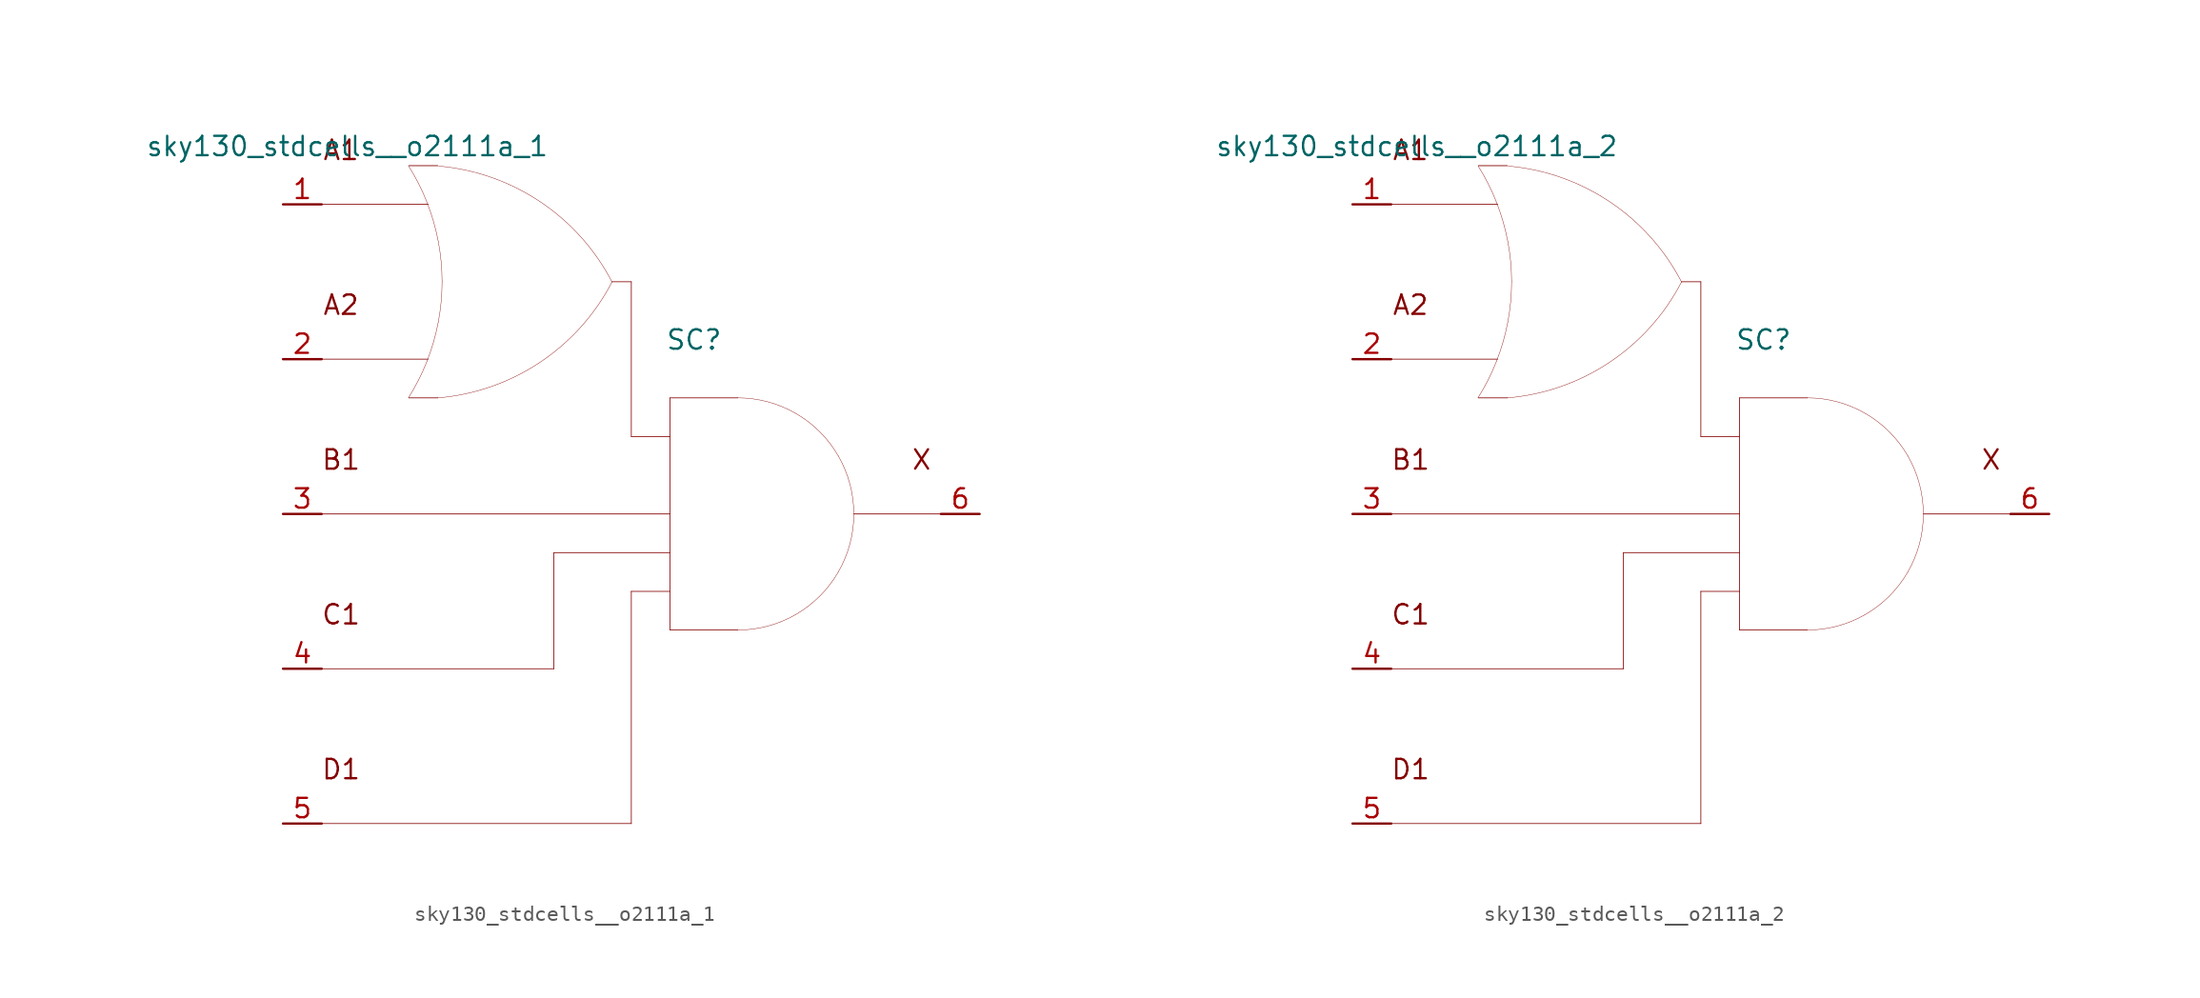
<source format=kicad_sym>
(kicad_symbol_lib
  (version 20211014)
  (generator kicad_symbol_editor)
  (symbol "sky130_stdcells__o2111a_1"
    (pin_names hide)
    (property "Reference" "SC"
      (at 4.115 11.43 0)
      (effects (font (size 1.27 1.27))))
    (property "Value" "sky130_stdcells__o2111a_1"
      (at -5.385 24.13 0)
      (effects (font (size 1.27 1.27)) (justify right)))
    (symbol "sky130_stdcells__o2111a_1_0_0"
      (arc (start -14.6255 7.6258) (mid -13.968 8.782) (end -13.4212 9.9944) (stroke (width 0.0254) (type default) (color 0 0 0 0)) (fill (type none)))
      (arc (start -13.4212 9.9944) (mid -12.9863 11.2645) (end -12.673 12.5699) (stroke (width 0.0254) (type default) (color 0 0 0 0)) (fill (type none)))
      (arc (start -13.403 20.4393) (mid -13.9512 21.6648) (end -14.6123 22.8332) (stroke (width 0.0254) (type default) (color 0 0 0 0)) (fill (type none)))
      (arc (start -12.705 7.6169) (mid -6.011 9.9414) (end -1.2741 15.2116) (stroke (width 0.0254) (type default) (color 0 0 0 0)) (fill (type none)))
      (arc (start -12.673 12.5699) (mid -12.4838 13.899) (end -12.4206 15.24) (stroke (width 0.0254) (type default) (color 0 0 0 0)) (fill (type none)))
      (arc (start -12.6684 17.8856) (mid -12.9761 19.1796) (end -13.403 20.4393) (stroke (width 0.0254) (type default) (color 0 0 0 0)) (fill (type none)))
      (arc (start -12.4206 15.24) (mid -12.4827 16.5686) (end -12.6684 17.8856) (stroke (width 0.0254) (type default) (color 0 0 0 0)) (fill (type none)))
      (arc (start -1.2513 15.199) (mid -5.9698 20.4856) (end -12.6556 22.8335) (stroke (width 0.0254) (type default) (color 0 0 0 0)) (fill (type none)))
      (polyline (pts (xy -20.32 -20.32) (xy 0 -20.32)) (stroke (width 0.051) (type default) (color 0 0 0 0)) (fill (type none)))
      (polyline (pts (xy -20.32 -10.16) (xy -5.08 -10.16)) (stroke (width 0.051) (type default) (color 0 0 0 0)) (fill (type none)))
      (polyline (pts (xy -20.32 0) (xy 2.54 0)) (stroke (width 0.051) (type default) (color 0 0 0 0)) (fill (type none)))
      (polyline (pts (xy -20.32 10.16) (xy -13.335 10.16)) (stroke (width 0.051) (type default) (color 0 0 0 0)) (fill (type none)))
      (polyline (pts (xy -20.32 20.32) (xy -13.335 20.32)) (stroke (width 0.051) (type default) (color 0 0 0 0)) (fill (type none)))
      (polyline (pts (xy -14.605 7.62) (xy -12.7 7.62)) (stroke (width 0.051) (type default) (color 0 0 0 0)) (fill (type none)))
      (polyline (pts (xy -14.605 22.86) (xy -12.7 22.86)) (stroke (width 0.051) (type default) (color 0 0 0 0)) (fill (type none)))
      (polyline (pts (xy -5.08 -2.54) (xy -5.08 -10.16)) (stroke (width 0.051) (type default) (color 0 0 0 0)) (fill (type none)))
      (polyline (pts (xy -5.08 -2.54) (xy 2.54 -2.54)) (stroke (width 0.051) (type default) (color 0 0 0 0)) (fill (type none)))
      (polyline (pts (xy -1.27 15.24) (xy 0 15.24)) (stroke (width 0.051) (type default) (color 0 0 0 0)) (fill (type none)))
      (polyline (pts (xy 0 -5.08) (xy 0 -20.32)) (stroke (width 0.051) (type default) (color 0 0 0 0)) (fill (type none)))
      (polyline (pts (xy 0 -5.08) (xy 2.54 -5.08)) (stroke (width 0.051) (type default) (color 0 0 0 0)) (fill (type none)))
      (polyline (pts (xy 0 5.08) (xy 2.54 5.08)) (stroke (width 0.051) (type default) (color 0 0 0 0)) (fill (type none)))
      (polyline (pts (xy 0 15.24) (xy 0 5.08)) (stroke (width 0.051) (type default) (color 0 0 0 0)) (fill (type none)))
      (polyline (pts (xy 2.54 -7.62) (xy 6.985 -7.62)) (stroke (width 0.051) (type default) (color 0 0 0 0)) (fill (type none)))
      (polyline (pts (xy 2.54 7.62) (xy 2.54 -7.62)) (stroke (width 0.051) (type default) (color 0 0 0 0)) (fill (type none)))
      (polyline (pts (xy 2.54 7.62) (xy 6.985 7.62)) (stroke (width 0.051) (type default) (color 0 0 0 0)) (fill (type none)))
      (polyline (pts (xy 14.605 0) (xy 20.32 0)) (stroke (width 0.051) (type default) (color 0 0 0 0)) (fill (type none)))
      (arc (start 6.985 -7.62) (mid 8.9572 -7.3604) (end 10.795 -6.5991) (stroke (width 0.0254) (type default) (color 0 0 0 0)) (fill (type none)))
      (arc (start 10.795 -6.5991) (mid 12.3731 -5.3881) (end 13.5841 -3.81) (stroke (width 0.0254) (type default) (color 0 0 0 0)) (fill (type none)))
      (arc (start 10.795 6.5991) (mid 8.9572 7.3603) (end 6.985 7.62) (stroke (width 0.0254) (type default) (color 0 0 0 0)) (fill (type none)))
      (arc (start 13.5841 -3.81) (mid 14.3453 -1.9722) (end 14.605 0) (stroke (width 0.0254) (type default) (color 0 0 0 0)) (fill (type none)))
      (arc (start 13.5841 3.81) (mid 12.3731 5.3881) (end 10.795 6.5991) (stroke (width 0.0254) (type default) (color 0 0 0 0)) (fill (type none)))
      (arc (start 14.605 0) (mid 14.3454 1.9722) (end 13.5841 3.81) (stroke (width 0.0254) (type default) (color 0 0 0 0)) (fill (type none)))
      (text "A1" (at -19.05 23.876 0) (effects (font (size 1.27 1.27))))
      (text "A2" (at -19.05 13.716 0) (effects (font (size 1.27 1.27))))
      (text "B1" (at -19.05 3.556 0) (effects (font (size 1.27 1.27))))
      (text "C1" (at -19.05 -6.604 0) (effects (font (size 1.27 1.27))))
      (text "D1" (at -19.05 -16.764 0) (effects (font (size 1.27 1.27))))
      (text "X" (at 19.05 3.556 0) (effects (font (size 1.27 1.27)))))
    (symbol "sky130_stdcells__o2111a_1_1_1"
      (pin input line (at -22.86 20.32 0) (length 2.54) (name "A1" (effects (font (size 1.092 1.092)))) (number "1" (effects (font (size 1.27 1.27)))))
      (pin input line (at -22.86 10.16 0) (length 2.54) (name "A2" (effects (font (size 1.092 1.092)))) (number "2" (effects (font (size 1.27 1.27)))))
      (pin input line (at -22.86 0 0) (length 2.54) (name "B1" (effects (font (size 1.092 1.092)))) (number "3" (effects (font (size 1.27 1.27)))))
      (pin input line (at -22.86 -10.16 0) (length 2.54) (name "C1" (effects (font (size 1.092 1.092)))) (number "4" (effects (font (size 1.27 1.27)))))
      (pin input line (at -22.86 -20.32 0) (length 2.54) (name "D1" (effects (font (size 1.092 1.092)))) (number "5" (effects (font (size 1.27 1.27)))))
      (pin output line (at 22.86 0 180) (length 2.54) (name "X" (effects (font (size 1.092 1.092)))) (number "6" (effects (font (size 1.27 1.27)))))))
  (symbol "sky130_stdcells__o2111a_2"
    (pin_names hide)
    (property "Reference" "SC"
      (at 4.115 11.43 0)
      (effects (font (size 1.27 1.27))))
    (property "Value" "sky130_stdcells__o2111a_2"
      (at -5.385 24.13 0)
      (effects (font (size 1.27 1.27)) (justify right)))
    (symbol "sky130_stdcells__o2111a_2_0_0"
      (arc (start -14.6255 7.6258) (mid -13.968 8.782) (end -13.4212 9.9944) (stroke (width 0.0254) (type default) (color 0 0 0 0)) (fill (type none)))
      (arc (start -13.4212 9.9944) (mid -12.9863 11.2645) (end -12.673 12.5699) (stroke (width 0.0254) (type default) (color 0 0 0 0)) (fill (type none)))
      (arc (start -13.403 20.4393) (mid -13.9512 21.6648) (end -14.6123 22.8332) (stroke (width 0.0254) (type default) (color 0 0 0 0)) (fill (type none)))
      (arc (start -12.705 7.6169) (mid -6.011 9.9414) (end -1.2741 15.2116) (stroke (width 0.0254) (type default) (color 0 0 0 0)) (fill (type none)))
      (arc (start -12.673 12.5699) (mid -12.4838 13.899) (end -12.4206 15.24) (stroke (width 0.0254) (type default) (color 0 0 0 0)) (fill (type none)))
      (arc (start -12.6684 17.8856) (mid -12.9761 19.1796) (end -13.403 20.4393) (stroke (width 0.0254) (type default) (color 0 0 0 0)) (fill (type none)))
      (arc (start -12.4206 15.24) (mid -12.4827 16.5686) (end -12.6684 17.8856) (stroke (width 0.0254) (type default) (color 0 0 0 0)) (fill (type none)))
      (arc (start -1.2513 15.199) (mid -5.9698 20.4856) (end -12.6556 22.8335) (stroke (width 0.0254) (type default) (color 0 0 0 0)) (fill (type none)))
      (polyline (pts (xy -20.32 -20.32) (xy 0 -20.32)) (stroke (width 0.051) (type default) (color 0 0 0 0)) (fill (type none)))
      (polyline (pts (xy -20.32 -10.16) (xy -5.08 -10.16)) (stroke (width 0.051) (type default) (color 0 0 0 0)) (fill (type none)))
      (polyline (pts (xy -20.32 0) (xy 2.54 0)) (stroke (width 0.051) (type default) (color 0 0 0 0)) (fill (type none)))
      (polyline (pts (xy -20.32 10.16) (xy -13.335 10.16)) (stroke (width 0.051) (type default) (color 0 0 0 0)) (fill (type none)))
      (polyline (pts (xy -20.32 20.32) (xy -13.335 20.32)) (stroke (width 0.051) (type default) (color 0 0 0 0)) (fill (type none)))
      (polyline (pts (xy -14.605 7.62) (xy -12.7 7.62)) (stroke (width 0.051) (type default) (color 0 0 0 0)) (fill (type none)))
      (polyline (pts (xy -14.605 22.86) (xy -12.7 22.86)) (stroke (width 0.051) (type default) (color 0 0 0 0)) (fill (type none)))
      (polyline (pts (xy -5.08 -2.54) (xy -5.08 -10.16)) (stroke (width 0.051) (type default) (color 0 0 0 0)) (fill (type none)))
      (polyline (pts (xy -5.08 -2.54) (xy 2.54 -2.54)) (stroke (width 0.051) (type default) (color 0 0 0 0)) (fill (type none)))
      (polyline (pts (xy -1.27 15.24) (xy 0 15.24)) (stroke (width 0.051) (type default) (color 0 0 0 0)) (fill (type none)))
      (polyline (pts (xy 0 -5.08) (xy 0 -20.32)) (stroke (width 0.051) (type default) (color 0 0 0 0)) (fill (type none)))
      (polyline (pts (xy 0 -5.08) (xy 2.54 -5.08)) (stroke (width 0.051) (type default) (color 0 0 0 0)) (fill (type none)))
      (polyline (pts (xy 0 5.08) (xy 2.54 5.08)) (stroke (width 0.051) (type default) (color 0 0 0 0)) (fill (type none)))
      (polyline (pts (xy 0 15.24) (xy 0 5.08)) (stroke (width 0.051) (type default) (color 0 0 0 0)) (fill (type none)))
      (polyline (pts (xy 2.54 -7.62) (xy 6.985 -7.62)) (stroke (width 0.051) (type default) (color 0 0 0 0)) (fill (type none)))
      (polyline (pts (xy 2.54 7.62) (xy 2.54 -7.62)) (stroke (width 0.051) (type default) (color 0 0 0 0)) (fill (type none)))
      (polyline (pts (xy 2.54 7.62) (xy 6.985 7.62)) (stroke (width 0.051) (type default) (color 0 0 0 0)) (fill (type none)))
      (polyline (pts (xy 14.605 0) (xy 20.32 0)) (stroke (width 0.051) (type default) (color 0 0 0 0)) (fill (type none)))
      (arc (start 6.985 -7.62) (mid 8.9572 -7.3604) (end 10.795 -6.5991) (stroke (width 0.0254) (type default) (color 0 0 0 0)) (fill (type none)))
      (arc (start 10.795 -6.5991) (mid 12.3731 -5.3881) (end 13.5841 -3.81) (stroke (width 0.0254) (type default) (color 0 0 0 0)) (fill (type none)))
      (arc (start 10.795 6.5991) (mid 8.9572 7.3603) (end 6.985 7.62) (stroke (width 0.0254) (type default) (color 0 0 0 0)) (fill (type none)))
      (arc (start 13.5841 -3.81) (mid 14.3453 -1.9722) (end 14.605 0) (stroke (width 0.0254) (type default) (color 0 0 0 0)) (fill (type none)))
      (arc (start 13.5841 3.81) (mid 12.3731 5.3881) (end 10.795 6.5991) (stroke (width 0.0254) (type default) (color 0 0 0 0)) (fill (type none)))
      (arc (start 14.605 0) (mid 14.3454 1.9722) (end 13.5841 3.81) (stroke (width 0.0254) (type default) (color 0 0 0 0)) (fill (type none)))
      (text "A1" (at -19.05 23.876 0) (effects (font (size 1.27 1.27))))
      (text "A2" (at -19.05 13.716 0) (effects (font (size 1.27 1.27))))
      (text "B1" (at -19.05 3.556 0) (effects (font (size 1.27 1.27))))
      (text "C1" (at -19.05 -6.604 0) (effects (font (size 1.27 1.27))))
      (text "D1" (at -19.05 -16.764 0) (effects (font (size 1.27 1.27))))
      (text "X" (at 19.05 3.556 0) (effects (font (size 1.27 1.27)))))
    (symbol "sky130_stdcells__o2111a_2_1_1"
      (pin input line (at -22.86 20.32 0) (length 2.54) (name "A1" (effects (font (size 1.092 1.092)))) (number "1" (effects (font (size 1.27 1.27)))))
      (pin input line (at -22.86 10.16 0) (length 2.54) (name "A2" (effects (font (size 1.092 1.092)))) (number "2" (effects (font (size 1.27 1.27)))))
      (pin input line (at -22.86 0 0) (length 2.54) (name "B1" (effects (font (size 1.092 1.092)))) (number "3" (effects (font (size 1.27 1.27)))))
      (pin input line (at -22.86 -10.16 0) (length 2.54) (name "C1" (effects (font (size 1.092 1.092)))) (number "4" (effects (font (size 1.27 1.27)))))
      (pin input line (at -22.86 -20.32 0) (length 2.54) (name "D1" (effects (font (size 1.092 1.092)))) (number "5" (effects (font (size 1.27 1.27)))))
      (pin output line (at 22.86 0 180) (length 2.54) (name "X" (effects (font (size 1.092 1.092)))) (number "6" (effects (font (size 1.27 1.27))))))))
</source>
